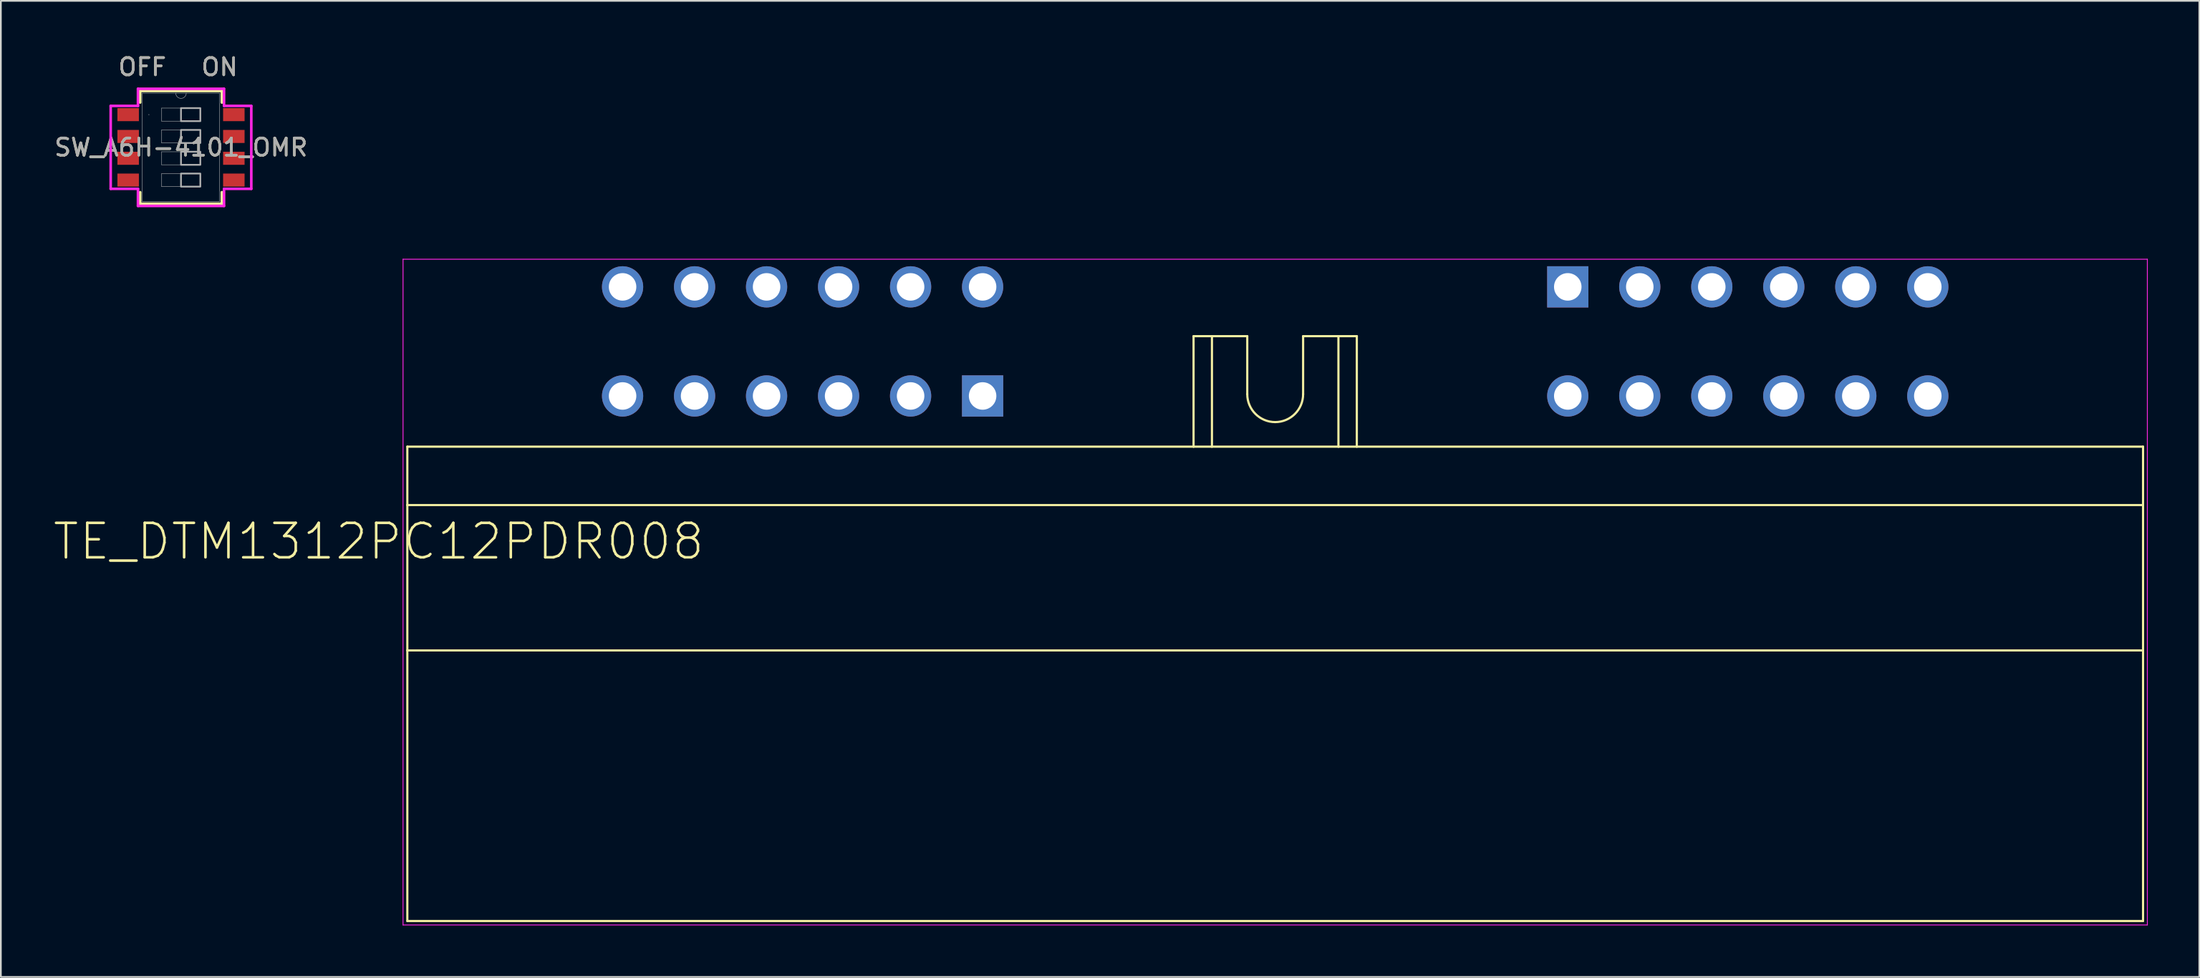
<source format=kicad_pcb>
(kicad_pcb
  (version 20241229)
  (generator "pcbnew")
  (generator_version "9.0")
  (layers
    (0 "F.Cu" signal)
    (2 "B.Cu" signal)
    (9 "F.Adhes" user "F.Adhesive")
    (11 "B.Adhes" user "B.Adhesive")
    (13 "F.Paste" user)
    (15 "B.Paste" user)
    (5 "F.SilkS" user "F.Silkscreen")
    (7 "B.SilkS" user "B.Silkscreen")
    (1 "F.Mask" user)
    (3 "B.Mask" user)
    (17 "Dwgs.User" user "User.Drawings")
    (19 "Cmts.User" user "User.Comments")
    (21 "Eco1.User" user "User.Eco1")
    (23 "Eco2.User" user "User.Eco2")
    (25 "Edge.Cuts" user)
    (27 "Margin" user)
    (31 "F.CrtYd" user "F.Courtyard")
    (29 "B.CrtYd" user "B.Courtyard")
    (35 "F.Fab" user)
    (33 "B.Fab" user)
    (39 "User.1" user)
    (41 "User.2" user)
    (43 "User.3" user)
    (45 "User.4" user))
  (footprint "TE_DTM1312PC12PDR008"
    (layer "F.Cu")
    (at 71.152 18.037)
    (property "Reference" "TE_DTM1312PC12PDR008" (at -52.169 10.43 180) (layer "F.SilkS") (effects (font (size 2.006 2.006) (thickness 0.15))))
    (attr through_hole)
    (fp_line (start -50.5 4.91) (end -4.75 4.91) (stroke (width 0.127) (type solid)) (layer "F.SilkS"))
    (fp_line (start -50.5 8.31) (end -50.5 4.91) (stroke (width 0.127) (type solid)) (layer "F.SilkS"))
    (fp_line (start -50.5 8.31) (end 50.5 8.31) (stroke (width 0.127) (type solid)) (layer "F.SilkS"))
    (fp_line (start -50.5 16.77) (end -50.5 8.31) (stroke (width 0.127) (type solid)) (layer "F.SilkS"))
    (fp_line (start -50.5 16.77) (end -50.5 32.52) (stroke (width 0.127) (type solid)) (layer "F.SilkS"))
    (fp_line (start -50.5 32.52) (end 50.5 32.52) (stroke (width 0.127) (type solid)) (layer "F.SilkS"))
    (fp_line (start -4.75 -1.52) (end -3.68 -1.52) (stroke (width 0.127) (type solid)) (layer "F.SilkS"))
    (fp_line (start -4.75 4.91) (end -4.75 -1.52) (stroke (width 0.127) (type solid)) (layer "F.SilkS"))
    (fp_line (start -4.75 4.91) (end -3.68 4.91) (stroke (width 0.127) (type solid)) (layer "F.SilkS"))
    (fp_line (start -3.68 -1.52) (end -1.625 -1.52) (stroke (width 0.127) (type solid)) (layer "F.SilkS"))
    (fp_line (start -3.68 4.91) (end -3.68 -1.52) (stroke (width 0.127) (type solid)) (layer "F.SilkS"))
    (fp_line (start -3.68 4.91) (end 3.68 4.91) (stroke (width 0.127) (type solid)) (layer "F.SilkS"))
    (fp_line (start -1.625 -1.52) (end -1.625 1.855) (stroke (width 0.127) (type solid)) (layer "F.SilkS"))
    (fp_line (start 1.625 -1.52) (end 3.68 -1.52) (stroke (width 0.127) (type solid)) (layer "F.SilkS"))
    (fp_line (start 1.625 1.855) (end 1.625 -1.52) (stroke (width 0.127) (type solid)) (layer "F.SilkS"))
    (fp_line (start 3.68 -1.52) (end 4.75 -1.52) (stroke (width 0.127) (type solid)) (layer "F.SilkS"))
    (fp_line (start 3.68 4.91) (end 3.68 -1.52) (stroke (width 0.127) (type solid)) (layer "F.SilkS"))
    (fp_line (start 3.68 4.91) (end 4.75 4.91) (stroke (width 0.127) (type solid)) (layer "F.SilkS"))
    (fp_line (start 4.75 -1.52) (end 4.75 4.91) (stroke (width 0.127) (type solid)) (layer "F.SilkS"))
    (fp_line (start 4.75 4.91) (end 50.5 4.91) (stroke (width 0.127) (type solid)) (layer "F.SilkS"))
    (fp_line (start 50.5 4.91) (end 50.5 8.31) (stroke (width 0.127) (type solid)) (layer "F.SilkS"))
    (fp_line (start 50.5 8.31) (end 50.5 16.77) (stroke (width 0.127) (type solid)) (layer "F.SilkS"))
    (fp_line (start 50.5 16.77) (end -50.5 16.77) (stroke (width 0.127) (type solid)) (layer "F.SilkS"))
    (fp_line (start 50.5 32.52) (end 50.5 16.77) (stroke (width 0.127) (type solid)) (layer "F.SilkS"))
    (fp_arc (start 0 3.48) (mid -1.149049 3.004049) (end -1.625 1.855) (stroke (width 0.127) (type solid)) (layer "F.SilkS"))
    (fp_arc (start 1.625 1.855) (mid 1.149049 3.004049) (end 0 3.48) (stroke (width 0.127) (type solid)) (layer "F.SilkS"))
    (fp_line (start -50.75 -6) (end -50.75 32.75) (stroke (width 0.05) (type solid)) (layer "F.CrtYd"))
    (fp_line (start -50.75 32.75) (end 50.75 32.75) (stroke (width 0.05) (type solid)) (layer "F.CrtYd"))
    (fp_line (start 50.75 -6) (end -50.75 -6) (stroke (width 0.05) (type solid)) (layer "F.CrtYd"))
    (fp_line (start 50.75 32.75) (end 50.75 -6) (stroke (width 0.05) (type solid)) (layer "F.CrtYd"))
    (pad "C1" thru_hole rect (at -17.025 1.96) (size 2.4 2.4) (drill 1.6) (layers "*.Cu" "*.Mask"))
    (pad "C2" thru_hole circle (at -21.215 1.96) (size 2.4 2.4) (drill 1.6) (layers "*.Cu" "*.Mask"))
    (pad "C3" thru_hole circle (at -25.405 1.96) (size 2.4 2.4) (drill 1.6) (layers "*.Cu" "*.Mask"))
    (pad "C4" thru_hole circle (at -29.595 1.96) (size 2.4 2.4) (drill 1.6) (layers "*.Cu" "*.Mask"))
    (pad "C5" thru_hole circle (at -33.785 1.96) (size 2.4 2.4) (drill 1.6) (layers "*.Cu" "*.Mask"))
    (pad "C6" thru_hole circle (at -37.975 1.96) (size 2.4 2.4) (drill 1.6) (layers "*.Cu" "*.Mask"))
    (pad "C7" thru_hole circle (at -37.975 -4.39) (size 2.4 2.4) (drill 1.6) (layers "*.Cu" "*.Mask"))
    (pad "C8" thru_hole circle (at -33.785 -4.39) (size 2.4 2.4) (drill 1.6) (layers "*.Cu" "*.Mask"))
    (pad "C9" thru_hole circle (at -29.595 -4.39) (size 2.4 2.4) (drill 1.6) (layers "*.Cu" "*.Mask"))
    (pad "C10" thru_hole circle (at -25.405 -4.39) (size 2.4 2.4) (drill 1.6) (layers "*.Cu" "*.Mask"))
    (pad "C11" thru_hole circle (at -21.215 -4.39) (size 2.4 2.4) (drill 1.6) (layers "*.Cu" "*.Mask"))
    (pad "C12" thru_hole circle (at -17.025 -4.39) (size 2.4 2.4) (drill 1.6) (layers "*.Cu" "*.Mask"))
    (pad "D1" thru_hole rect (at 17.025 -4.39) (size 2.4 2.4) (drill 1.6) (layers "*.Cu" "*.Mask"))
    (pad "D2" thru_hole circle (at 21.215 -4.39) (size 2.4 2.4) (drill 1.6) (layers "*.Cu" "*.Mask"))
    (pad "D3" thru_hole circle (at 25.405 -4.39) (size 2.4 2.4) (drill 1.6) (layers "*.Cu" "*.Mask"))
    (pad "D4" thru_hole circle (at 29.595 -4.39) (size 2.4 2.4) (drill 1.6) (layers "*.Cu" "*.Mask"))
    (pad "D5" thru_hole circle (at 33.785 -4.39) (size 2.4 2.4) (drill 1.6) (layers "*.Cu" "*.Mask"))
    (pad "D6" thru_hole circle (at 37.975 -4.39) (size 2.4 2.4) (drill 1.6) (layers "*.Cu" "*.Mask"))
    (pad "D7" thru_hole circle (at 37.975 1.96) (size 2.4 2.4) (drill 1.6) (layers "*.Cu" "*.Mask"))
    (pad "D8" thru_hole circle (at 33.785 1.96) (size 2.4 2.4) (drill 1.6) (layers "*.Cu" "*.Mask"))
    (pad "D9" thru_hole circle (at 29.595 1.96) (size 2.4 2.4) (drill 1.6) (layers "*.Cu" "*.Mask"))
    (pad "D10" thru_hole circle (at 25.405 1.96) (size 2.4 2.4) (drill 1.6) (layers "*.Cu" "*.Mask"))
    (pad "D11" thru_hole circle (at 21.215 1.96) (size 2.4 2.4) (drill 1.6) (layers "*.Cu" "*.Mask"))
    (pad "D12" thru_hole circle (at 17.025 1.96) (size 2.4 2.4) (drill 1.6) (layers "*.Cu" "*.Mask")))
  (footprint "SW_A6H-4101_OMR"
    (layer "F.Cu")
    (at 7.482 5.527)
    (property "Reference" "SW_A6H-4101_OMR" (at 0 0 0) (unlocked yes) (layer "F.SilkS") (effects (font (size 1 1) (thickness 0.15))))
    (attr smd)
    (fp_line (start -2.377 -3.282) (end -2.377 -2.61) (stroke (width 0.152) (type solid)) (layer "F.SilkS"))
    (fp_line (start -2.377 2.61) (end -2.377 3.282) (stroke (width 0.152) (type solid)) (layer "F.SilkS"))
    (fp_line (start -2.377 3.282) (end 2.377 3.282) (stroke (width 0.152) (type solid)) (layer "F.SilkS"))
    (fp_line (start 2.377 -3.282) (end -2.377 -3.282) (stroke (width 0.152) (type solid)) (layer "F.SilkS"))
    (fp_line (start 2.377 -2.61) (end 2.377 -3.282) (stroke (width 0.152) (type solid)) (layer "F.SilkS"))
    (fp_line (start 2.377 3.282) (end 2.377 2.61) (stroke (width 0.152) (type solid)) (layer "F.SilkS"))
    (fp_line (start -4.091 -2.413) (end -2.504 -2.413) (stroke (width 0.152) (type solid)) (layer "F.CrtYd"))
    (fp_line (start -4.091 2.413) (end -4.091 -2.413) (stroke (width 0.152) (type solid)) (layer "F.CrtYd"))
    (fp_line (start -2.504 -3.409) (end 2.504 -3.409) (stroke (width 0.152) (type solid)) (layer "F.CrtYd"))
    (fp_line (start -2.504 -2.413) (end -2.504 -3.409) (stroke (width 0.152) (type solid)) (layer "F.CrtYd"))
    (fp_line (start -2.504 2.413) (end -4.091 2.413) (stroke (width 0.152) (type solid)) (layer "F.CrtYd"))
    (fp_line (start -2.504 3.409) (end -2.504 2.413) (stroke (width 0.152) (type solid)) (layer "F.CrtYd"))
    (fp_line (start 2.504 -3.409) (end 2.504 -2.413) (stroke (width 0.152) (type solid)) (layer "F.CrtYd"))
    (fp_line (start 2.504 -2.413) (end 4.091 -2.413) (stroke (width 0.152) (type solid)) (layer "F.CrtYd"))
    (fp_line (start 2.504 2.413) (end 2.504 3.409) (stroke (width 0.152) (type solid)) (layer "F.CrtYd"))
    (fp_line (start 2.504 3.409) (end -2.504 3.409) (stroke (width 0.152) (type solid)) (layer "F.CrtYd"))
    (fp_line (start 4.091 -2.413) (end 4.091 2.413) (stroke (width 0.152) (type solid)) (layer "F.CrtYd"))
    (fp_line (start 4.091 2.413) (end 2.504 2.413) (stroke (width 0.152) (type solid)) (layer "F.CrtYd"))
    (fp_line (start -2.25 -3.155) (end -2.25 3.155) (stroke (width 0.025) (type solid)) (layer "F.Fab"))
    (fp_line (start -2.25 3.155) (end 2.25 3.155) (stroke (width 0.025) (type solid)) (layer "F.Fab"))
    (fp_line (start -1.125 -2.285) (end 1.125 -2.285) (stroke (width 0.025) (type solid)) (layer "F.Fab"))
    (fp_line (start -1.125 -1.525) (end -1.125 -2.285) (stroke (width 0.025) (type solid)) (layer "F.Fab"))
    (fp_line (start -1.125 -1.015) (end 1.125 -1.015) (stroke (width 0.025) (type solid)) (layer "F.Fab"))
    (fp_line (start -1.125 -0.255) (end -1.125 -1.015) (stroke (width 0.025) (type solid)) (layer "F.Fab"))
    (fp_line (start -1.125 0.255) (end 1.125 0.255) (stroke (width 0.025) (type solid)) (layer "F.Fab"))
    (fp_line (start -1.125 1.015) (end -1.125 0.255) (stroke (width 0.025) (type solid)) (layer "F.Fab"))
    (fp_line (start -1.125 1.525) (end 1.125 1.525) (stroke (width 0.025) (type solid)) (layer "F.Fab"))
    (fp_line (start -1.125 2.285) (end -1.125 1.525) (stroke (width 0.025) (type solid)) (layer "F.Fab"))
    (fp_line (start 1.125 -2.285) (end 1.125 -1.525) (stroke (width 0.025) (type solid)) (layer "F.Fab"))
    (fp_line (start 1.125 -1.525) (end -1.125 -1.525) (stroke (width 0.025) (type solid)) (layer "F.Fab"))
    (fp_line (start 1.125 -1.015) (end 1.125 -0.255) (stroke (width 0.025) (type solid)) (layer "F.Fab"))
    (fp_line (start 1.125 -0.255) (end -1.125 -0.255) (stroke (width 0.025) (type solid)) (layer "F.Fab"))
    (fp_line (start 1.125 0.255) (end 1.125 1.015) (stroke (width 0.025) (type solid)) (layer "F.Fab"))
    (fp_line (start 1.125 1.015) (end -1.125 1.015) (stroke (width 0.025) (type solid)) (layer "F.Fab"))
    (fp_line (start 1.125 1.525) (end 1.125 2.285) (stroke (width 0.025) (type solid)) (layer "F.Fab"))
    (fp_line (start 1.125 2.285) (end -1.125 2.285) (stroke (width 0.025) (type solid)) (layer "F.Fab"))
    (fp_line (start 2.25 -3.155) (end -2.25 -3.155) (stroke (width 0.025) (type solid)) (layer "F.Fab"))
    (fp_line (start 2.25 3.155) (end 2.25 -3.155) (stroke (width 0.025) (type solid)) (layer "F.Fab"))
    (fp_arc (start 0.3048 -3.155) (mid 0 -2.8502) (end -0.3048 -3.155) (stroke (width 0.0254) (type solid)) (layer "F.Fab"))
    (fp_circle (center -1.869 -1.905) (end -1.869 -1.905) (stroke (width 0.025) (type solid)) (fill no) (layer "F.Fab"))
    (fp_poly (pts (xy 0 -2.285) (xy 1.125 -2.285) (xy 1.125 -1.525) (xy 0 -1.525)) (stroke (width 0.1) (type solid)) (fill no) (layer "F.Fab"))
    (fp_poly (pts (xy 0 -1.015) (xy 1.125 -1.015) (xy 1.125 -0.255) (xy 0 -0.255)) (stroke (width 0.1) (type solid)) (fill no) (layer "F.Fab"))
    (fp_poly (pts (xy 0 0.255) (xy 1.125 0.255) (xy 1.125 1.015) (xy 0 1.015)) (stroke (width 0.1) (type solid)) (fill no) (layer "F.Fab"))
    (fp_poly (pts (xy 0 1.525) (xy 1.125 1.525) (xy 1.125 2.285) (xy 0 2.285)) (stroke (width 0.1) (type solid)) (fill no) (layer "F.Fab"))
    (fp_text user "OFF" (at -2.25 -4.679 0) (unlocked yes) (layer "F.SilkS") (effects (font (size 1 1) (thickness 0.15))))
    (fp_text user "ON" (at 2.25 -4.679 0) (unlocked yes) (layer "F.SilkS") (effects (font (size 1 1) (thickness 0.15))))
    (fp_text user "${REFERENCE}" (at 0 0 0) (unlocked yes) (layer "F.Fab") (effects (font (size 1 1) (thickness 0.15))))
    (fp_text user "OFF" (at -2.25 -4.679 0) (unlocked yes) (layer "F.Fab") (effects (font (size 1 1) (thickness 0.15))))
    (fp_text user "ON" (at 2.25 -4.679 0) (unlocked yes) (layer "F.Fab") (effects (font (size 1 1) (thickness 0.15))))
    (pad "1" smd rect (at -3.075 -1.905) (size 1.25 0.76) (layers "F.Cu" "F.Mask" "F.Paste"))
    (pad "2" smd rect (at -3.075 -0.635) (size 1.25 0.76) (layers "F.Cu" "F.Mask" "F.Paste"))
    (pad "3" smd rect (at -3.075 0.635) (size 1.25 0.76) (layers "F.Cu" "F.Mask" "F.Paste"))
    (pad "4" smd rect (at -3.075 1.905) (size 1.25 0.76) (layers "F.Cu" "F.Mask" "F.Paste"))
    (pad "5" smd rect (at 3.075 1.905) (size 1.25 0.76) (layers "F.Cu" "F.Mask" "F.Paste"))
    (pad "6" smd rect (at 3.075 0.635) (size 1.25 0.76) (layers "F.Cu" "F.Mask" "F.Paste"))
    (pad "7" smd rect (at 3.075 -0.635) (size 1.25 0.76) (layers "F.Cu" "F.Mask" "F.Paste"))
    (pad "8" smd rect (at 3.075 -1.905) (size 1.25 0.76) (layers "F.Cu" "F.Mask" "F.Paste")))
  (gr_rect
    (start -3 -3)
    (end 124.927 53.812)
    (stroke (width 0.1) (type default))
    (fill no)
    (layer "Edge.Cuts")))
</source>
